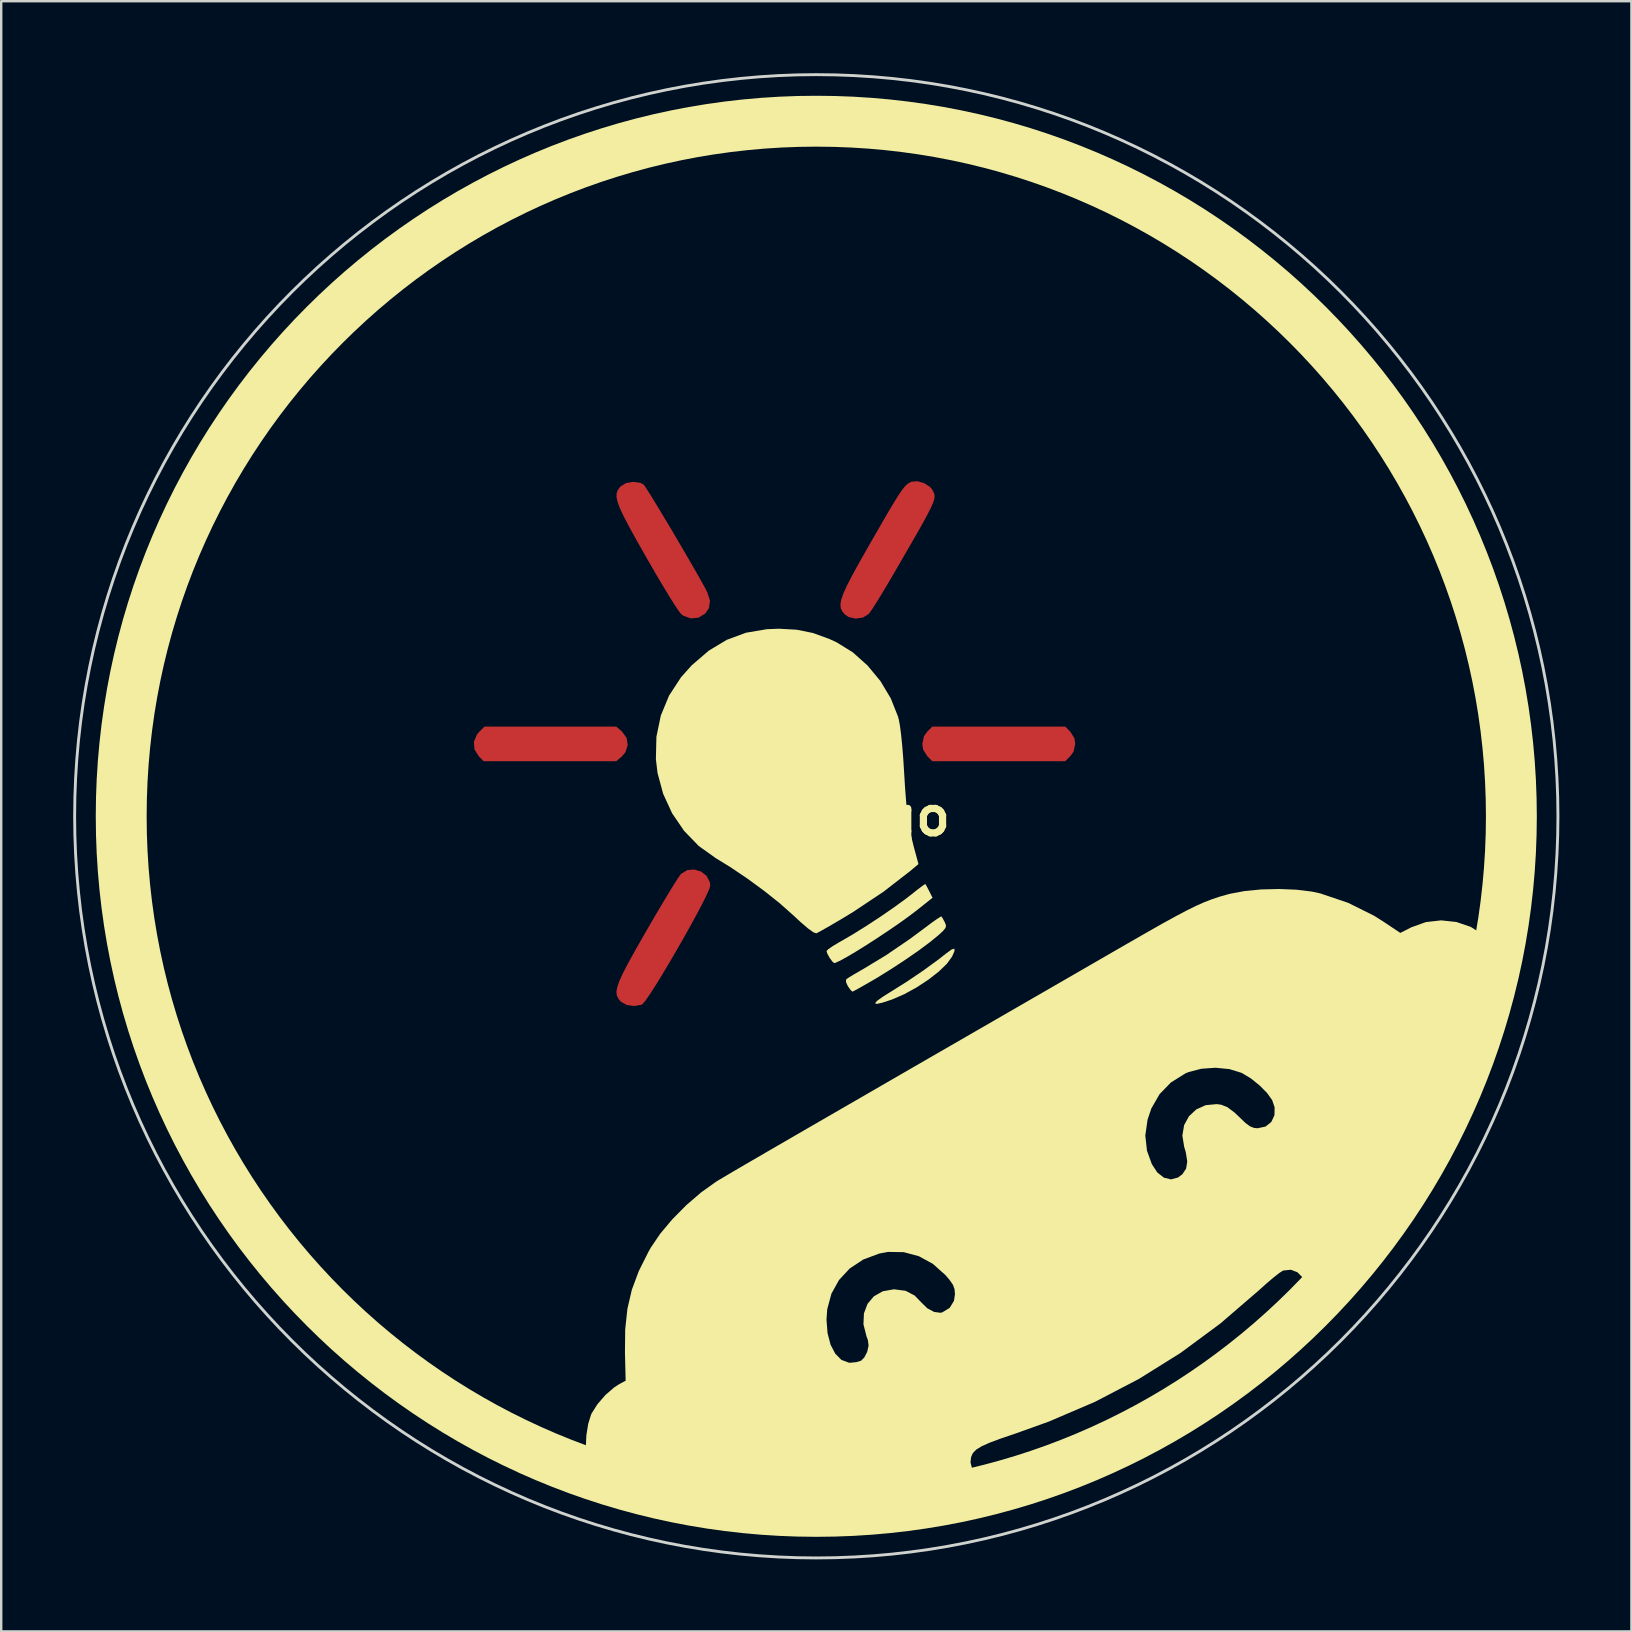
<source format=kicad_pcb>
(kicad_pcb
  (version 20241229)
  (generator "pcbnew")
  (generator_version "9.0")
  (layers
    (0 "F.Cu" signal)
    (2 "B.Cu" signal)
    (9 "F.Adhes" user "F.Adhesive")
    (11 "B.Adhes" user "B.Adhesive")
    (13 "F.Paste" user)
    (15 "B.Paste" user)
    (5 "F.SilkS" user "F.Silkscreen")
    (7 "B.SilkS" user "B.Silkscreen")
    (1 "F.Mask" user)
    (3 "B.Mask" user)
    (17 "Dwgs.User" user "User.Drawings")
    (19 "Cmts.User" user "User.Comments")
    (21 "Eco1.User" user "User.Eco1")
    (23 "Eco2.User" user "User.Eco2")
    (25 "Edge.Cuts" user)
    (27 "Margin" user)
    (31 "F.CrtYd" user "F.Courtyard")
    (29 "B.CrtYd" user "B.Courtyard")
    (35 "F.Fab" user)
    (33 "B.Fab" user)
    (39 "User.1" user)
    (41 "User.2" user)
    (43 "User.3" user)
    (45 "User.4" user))
  (footprint "RSA-logo"
    (layer "F.Cu")
    (at 30.96 30.96)
    (property "Reference" "RSA-logo" (at 0 0 0) (layer "F.SilkS") (effects (font (size 1.524 1.524) (thickness 0.3))))
    (attr board_only exclude_from_pos_files exclude_from_bom)
    (fp_poly (pts (xy -8.1 -3.536) (xy -7.905 -3.27) (xy -7.856 -2.965) (xy -7.953 -2.667) (xy -8.1 -2.495) (xy -8.335 -2.294) (xy -13.855 -2.294) (xy -14.063 -2.502) (xy -14.241 -2.786) (xy -14.266 -3.101) (xy -14.139 -3.406) (xy -14.048 -3.514) (xy -13.824 -3.738) (xy -8.335 -3.738)) (stroke (width 0) (type solid)) (fill yes) (layer "F.Cu"))
    (fp_poly (pts (xy 10.58 -3.529) (xy 10.754 -3.254) (xy 10.789 -3.016) (xy 10.719 -2.692) (xy 10.58 -2.502) (xy 10.372 -2.294) (xy 4.834 -2.294) (xy 4.626 -2.502) (xy 4.452 -2.778) (xy 4.417 -3.016) (xy 4.487 -3.34) (xy 4.626 -3.529) (xy 4.834 -3.738) (xy 10.372 -3.738)) (stroke (width 0) (type solid)) (fill yes) (layer "F.Cu"))
    (fp_poly (pts (xy -7.338 -13.896) (xy -7.199 -13.826) (xy -7.129 -13.733) (xy -6.988 -13.516) (xy -6.789 -13.195) (xy -6.545 -12.793) (xy -6.268 -12.333) (xy -5.972 -11.836) (xy -5.671 -11.324) (xy -5.377 -10.82) (xy -5.103 -10.346) (xy -4.862 -9.924) (xy -4.668 -9.575) (xy -4.549 -9.353) (xy -4.429 -8.988) (xy -4.472 -8.671) (xy -4.626 -8.449) (xy -4.908 -8.275) (xy -5.231 -8.245) (xy -5.541 -8.357) (xy -5.637 -8.431) (xy -5.732 -8.553) (xy -5.898 -8.802) (xy -6.121 -9.158) (xy -6.39 -9.601) (xy -6.691 -10.109) (xy -7.012 -10.664) (xy -7.086 -10.794) (xy -7.475 -11.479) (xy -7.782 -12.035) (xy -8.015 -12.478) (xy -8.179 -12.826) (xy -8.28 -13.095) (xy -8.324 -13.301) (xy -8.318 -13.463) (xy -8.268 -13.596) (xy -8.178 -13.717) (xy -8.152 -13.746) (xy -7.926 -13.882) (xy -7.628 -13.934)) (stroke (width 0) (type solid)) (fill yes) (layer "F.Cu"))
    (fp_poly (pts (xy -4.798 2.304) (xy -4.567 2.487) (xy -4.434 2.747) (xy -4.417 2.888) (xy -4.459 3.032) (xy -4.577 3.296) (xy -4.757 3.658) (xy -4.988 4.096) (xy -5.257 4.588) (xy -5.551 5.112) (xy -5.857 5.646) (xy -6.163 6.168) (xy -6.456 6.657) (xy -6.724 7.09) (xy -6.954 7.445) (xy -7.133 7.701) (xy -7.25 7.835) (xy -7.27 7.849) (xy -7.581 7.905) (xy -7.894 7.862) (xy -8.135 7.731) (xy -8.152 7.714) (xy -8.249 7.594) (xy -8.31 7.466) (xy -8.327 7.314) (xy -8.295 7.121) (xy -8.208 6.87) (xy -8.06 6.545) (xy -7.844 6.129) (xy -7.554 5.604) (xy -7.184 4.955) (xy -7.075 4.764) (xy -6.749 4.203) (xy -6.442 3.683) (xy -6.166 3.223) (xy -5.934 2.845) (xy -5.757 2.569) (xy -5.649 2.416) (xy -5.634 2.4) (xy -5.376 2.243) (xy -5.082 2.217)) (stroke (width 0) (type solid)) (fill yes) (layer "F.Cu"))
    (fp_poly (pts (xy 4.501 -13.876) (xy 4.74 -13.723) (xy 4.835 -13.605) (xy 4.884 -13.512) (xy 4.918 -13.426) (xy 4.93 -13.331) (xy 4.915 -13.213) (xy 4.864 -13.057) (xy 4.772 -12.848) (xy 4.632 -12.572) (xy 4.437 -12.214) (xy 4.18 -11.759) (xy 3.854 -11.193) (xy 3.454 -10.501) (xy 3.251 -10.152) (xy 2.974 -9.679) (xy 2.715 -9.247) (xy 2.489 -8.881) (xy 2.312 -8.606) (xy 2.201 -8.448) (xy 2.187 -8.431) (xy 1.942 -8.28) (xy 1.638 -8.237) (xy 1.343 -8.304) (xy 1.189 -8.41) (xy 1.086 -8.531) (xy 1.023 -8.662) (xy 1.005 -8.821) (xy 1.038 -9.023) (xy 1.129 -9.286) (xy 1.283 -9.625) (xy 1.507 -10.057) (xy 1.805 -10.599) (xy 2.185 -11.267) (xy 2.256 -11.392) (xy 2.638 -12.056) (xy 2.947 -12.589) (xy 3.193 -13.004) (xy 3.388 -13.32) (xy 3.54 -13.549) (xy 3.662 -13.71) (xy 3.763 -13.816) (xy 3.855 -13.884) (xy 3.947 -13.93) (xy 3.975 -13.941) (xy 4.221 -13.959)) (stroke (width 0) (type solid)) (fill yes) (layer "F.Cu"))
    (fp_circle (center 0 0) (end 28.96 0) (stroke (width 2.12) (type solid)) (fill no) (layer "F.SilkS"))
    (fp_poly (pts (xy 5.759 5.612) (xy 5.66 5.84) (xy 5.656 5.849) (xy 5.442 6.143) (xy 5.103 6.47) (xy 4.672 6.806) (xy 4.183 7.128) (xy 3.672 7.409) (xy 3.171 7.627) (xy 3.116 7.647) (xy 2.741 7.769) (xy 2.518 7.816) (xy 2.448 7.79) (xy 2.531 7.691) (xy 2.767 7.521) (xy 3.056 7.34) (xy 3.762 6.897) (xy 4.456 6.428) (xy 5.084 5.971) (xy 5.416 5.71) (xy 5.639 5.548) (xy 5.753 5.514)) (stroke (width 0) (type solid)) (fill yes) (layer "F.SilkS"))
    (fp_poly (pts (xy 4.594 2.906) (xy 4.686 3.082) (xy 4.705 3.12) (xy 4.844 3.394) (xy 4.203 3.904) (xy 3.865 4.161) (xy 3.46 4.452) (xy 3.012 4.76) (xy 2.546 5.07) (xy 2.087 5.366) (xy 1.657 5.634) (xy 1.282 5.856) (xy 0.986 6.019) (xy 0.793 6.106) (xy 0.745 6.116) (xy 0.671 6.053) (xy 0.562 5.907) (xy 0.463 5.73) (xy 0.425 5.617) (xy 0.494 5.542) (xy 0.679 5.413) (xy 0.944 5.253) (xy 1.041 5.199) (xy 1.532 4.913) (xy 2.098 4.56) (xy 2.688 4.173) (xy 3.255 3.782) (xy 3.749 3.422) (xy 3.984 3.239) (xy 4.236 3.04) (xy 4.43 2.894) (xy 4.537 2.825) (xy 4.547 2.823)) (stroke (width 0) (type solid)) (fill yes) (layer "F.SilkS"))
    (fp_poly (pts (xy 5.272 4.264) (xy 5.353 4.414) (xy 5.404 4.54) (xy 5.386 4.647) (xy 5.279 4.779) (xy 5.088 4.955) (xy 4.736 5.243) (xy 4.272 5.588) (xy 3.731 5.963) (xy 3.152 6.344) (xy 2.57 6.706) (xy 2.366 6.826) (xy 2.034 7.018) (xy 1.759 7.174) (xy 1.572 7.275) (xy 1.505 7.306) (xy 1.435 7.243) (xy 1.322 7.09) (xy 1.319 7.084) (xy 1.238 6.91) (xy 1.243 6.796) (xy 1.245 6.793) (xy 1.348 6.722) (xy 1.56 6.592) (xy 1.843 6.428) (xy 1.954 6.365) (xy 2.911 5.785) (xy 3.904 5.108) (xy 4.526 4.646) (xy 4.808 4.434) (xy 5.037 4.273) (xy 5.181 4.182) (xy 5.215 4.172)) (stroke (width 0) (type solid)) (fill yes) (layer "F.SilkS"))
    (fp_poly (pts (xy -0.814 -7.773) (xy -0.137 -7.636) (xy 0.545 -7.388) (xy 0.846 -7.249) (xy 1.517 -6.834) (xy 2.134 -6.284) (xy 2.673 -5.633) (xy 3.104 -4.912) (xy 3.404 -4.156) (xy 3.436 -4.038) (xy 3.483 -3.792) (xy 3.532 -3.414) (xy 3.58 -2.944) (xy 3.622 -2.419) (xy 3.651 -1.964) (xy 3.697 -1.209) (xy 3.745 -0.59) (xy 3.8 -0.071) (xy 3.866 0.383) (xy 3.949 0.806) (xy 4.052 1.232) (xy 4.085 1.356) (xy 4.257 1.99) (xy 3.9 2.291) (xy 2.793 3.148) (xy 1.543 3.981) (xy 1.189 4.197) (xy 0.802 4.426) (xy 0.46 4.625) (xy 0.192 4.776) (xy 0.029 4.863) (xy 0 4.875) (xy -0.118 4.835) (xy -0.338 4.678) (xy -0.65 4.412) (xy -0.976 4.11) (xy -1.52 3.627) (xy -2.17 3.109) (xy -2.879 2.59) (xy -3.598 2.106) (xy -4.189 1.744) (xy -4.898 1.237) (xy -5.509 0.606) (xy -6.008 -0.127) (xy -6.381 -0.938) (xy -6.614 -1.804) (xy -6.683 -2.379) (xy -6.661 -3.314) (xy -6.477 -4.199) (xy -6.134 -5.028) (xy -5.635 -5.793) (xy -5.191 -6.29) (xy -4.478 -6.902) (xy -3.73 -7.352) (xy -2.93 -7.648) (xy -2.062 -7.795) (xy -1.556 -7.815)) (stroke (width 0) (type solid)) (fill yes) (layer "F.SilkS"))
    (fp_poly (pts (xy 19.996 3.058) (xy 20.642 3.136) (xy 20.998 3.213) (xy 22.165 3.608) (xy 23.232 4.139) (xy 23.631 4.39) (xy 24.332 4.859) (xy 24.798 4.623) (xy 25.398 4.408) (xy 26.034 4.336) (xy 26.669 4.404) (xy 27.266 4.607) (xy 27.789 4.941) (xy 27.805 4.955) (xy 28.128 5.233) (xy 27.91 6.206) (xy 27.343 8.35) (xy 26.625 10.418) (xy 25.755 12.414) (xy 24.731 14.338) (xy 23.553 16.192) (xy 22.22 17.977) (xy 20.73 19.696) (xy 20.64 19.793) (xy 20.433 20.006) (xy 20.297 20.13) (xy 20.248 20.151) (xy 20.268 20.107) (xy 20.385 19.789) (xy 20.371 19.476) (xy 20.249 19.201) (xy 20.043 18.996) (xy 19.774 18.893) (xy 19.465 18.924) (xy 19.438 18.934) (xy 19.303 19.019) (xy 19.075 19.196) (xy 18.785 19.441) (xy 18.465 19.727) (xy 18.434 19.756) (xy 16.836 21.132) (xy 15.176 22.359) (xy 13.439 23.443) (xy 11.613 24.395) (xy 9.681 25.222) (xy 8.268 25.728) (xy 7.67 25.931) (xy 7.215 26.101) (xy 6.886 26.249) (xy 6.662 26.388) (xy 6.524 26.531) (xy 6.452 26.69) (xy 6.429 26.878) (xy 6.428 26.931) (xy 6.506 27.229) (xy 6.723 27.461) (xy 7.053 27.598) (xy 7.062 27.6) (xy 7.16 27.628) (xy 7.168 27.66) (xy 7.069 27.703) (xy 6.846 27.763) (xy 6.48 27.848) (xy 6.286 27.89) (xy 5.505 28.056) (xy 4.809 28.188) (xy 4.163 28.291) (xy 3.531 28.369) (xy 2.875 28.426) (xy 2.159 28.464) (xy 1.348 28.489) (xy 0.404 28.504) (xy 0.382 28.504) (xy -0.298 28.508) (xy -0.958 28.507) (xy -1.568 28.501) (xy -2.099 28.491) (xy -2.524 28.476) (xy -2.812 28.459) (xy -2.846 28.455) (xy -5.126 28.119) (xy -7.369 27.618) (xy -8.603 27.267) (xy -8.998 27.144) (xy -9.26 27.052) (xy -9.419 26.974) (xy -9.504 26.893) (xy -9.547 26.791) (xy -9.565 26.703) (xy -9.602 26.274) (xy -9.579 25.788) (xy -9.503 25.314) (xy -9.382 24.925) (xy -9.361 24.88) (xy -9.118 24.494) (xy -8.785 24.111) (xy -8.418 23.793) (xy -8.212 23.66) (xy -7.943 23.515) (xy -7.972 22.336) (xy -7.961 21.373) (xy -7.918 20.974) (xy 0.425 20.974) (xy 0.469 21.536) (xy 0.595 22.016) (xy 0.792 22.393) (xy 1.047 22.649) (xy 1.351 22.763) (xy 1.423 22.767) (xy 1.672 22.742) (xy 1.867 22.683) (xy 1.868 22.682) (xy 1.999 22.548) (xy 2.113 22.331) (xy 2.125 22.296) (xy 2.179 22.053) (xy 2.15 21.827) (xy 2.089 21.657) (xy 1.965 21.165) (xy 1.985 20.71) (xy 2.135 20.313) (xy 2.401 19.999) (xy 2.77 19.79) (xy 3.227 19.709) (xy 3.254 19.709) (xy 3.72 19.77) (xy 4.098 19.967) (xy 4.376 20.254) (xy 4.623 20.497) (xy 4.906 20.649) (xy 5.172 20.686) (xy 5.248 20.669) (xy 5.558 20.481) (xy 5.736 20.189) (xy 5.777 19.915) (xy 5.76 19.701) (xy 5.692 19.516) (xy 5.546 19.308) (xy 5.375 19.11) (xy 4.856 18.647) (xy 4.271 18.328) (xy 3.642 18.16) (xy 2.992 18.15) (xy 2.623 18.218) (xy 1.955 18.468) (xy 1.393 18.84) (xy 0.947 19.32) (xy 0.63 19.891) (xy 0.456 20.537) (xy 0.425 20.974) (xy -7.918 20.974) (xy -7.869 20.518) (xy -7.685 19.726) (xy -7.396 18.95) (xy -6.993 18.145) (xy -6.892 17.967) (xy -6.504 17.393) (xy -6 16.793) (xy -5.42 16.206) (xy -4.802 15.673) (xy -4.188 15.234) (xy -4.12 15.191) (xy -4.012 15.126) (xy -3.871 15.042) (xy -3.692 14.936) (xy -3.469 14.804) (xy -3.195 14.644) (xy -2.867 14.453) (xy -2.477 14.226) (xy -2.021 13.961) (xy -1.492 13.654) (xy -0.886 13.303) (xy 13.708 13.303) (xy 13.778 13.934) (xy 13.98 14.492) (xy 14.209 14.842) (xy 14.484 15.057) (xy 14.781 15.128) (xy 15.075 15.048) (xy 15.252 14.913) (xy 15.409 14.68) (xy 15.456 14.386) (xy 15.396 14.001) (xy 15.327 13.768) (xy 15.252 13.3) (xy 15.325 12.869) (xy 15.526 12.499) (xy 15.832 12.213) (xy 16.223 12.036) (xy 16.678 11.992) (xy 16.867 12.016) (xy 17.127 12.119) (xy 17.43 12.346) (xy 17.628 12.535) (xy 17.884 12.78) (xy 18.075 12.921) (xy 18.243 12.985) (xy 18.392 12.997) (xy 18.72 12.926) (xy 18.958 12.735) (xy 19.089 12.456) (xy 19.096 12.124) (xy 18.993 11.825) (xy 18.781 11.527) (xy 18.466 11.21) (xy 18.102 10.918) (xy 17.741 10.701) (xy 17.712 10.687) (xy 17.21 10.533) (xy 16.633 10.477) (xy 16.046 10.518) (xy 15.513 10.656) (xy 15.376 10.714) (xy 14.777 11.088) (xy 14.304 11.575) (xy 13.96 12.171) (xy 13.801 12.644) (xy 13.708 13.303) (xy -0.886 13.303) (xy -0.885 13.302) (xy -0.195 12.903) (xy 0.585 12.452) (xy 1.46 11.946) (xy 2.436 11.382) (xy 3.517 10.757) (xy 4.711 10.067) (xy 6.023 9.31) (xy 7.457 8.482) (xy 9.021 7.579) (xy 10.719 6.599) (xy 12.557 5.537) (xy 12.997 5.284) (xy 13.776 4.836) (xy 14.429 4.466) (xy 14.976 4.165) (xy 15.436 3.922) (xy 15.828 3.729) (xy 16.174 3.576) (xy 16.492 3.453) (xy 16.802 3.35) (xy 17.124 3.259) (xy 17.245 3.227) (xy 17.847 3.114) (xy 18.543 3.047) (xy 19.278 3.029)) (stroke (width 0) (type solid)) (fill yes) (layer "F.SilkS"))
    (fp_circle (center 0 0) (end 30.9 0) (stroke (width 0.12) (type solid)) (fill no) (layer "Edge.Cuts")))
  (gr_rect
    (start -3 -3)
    (end 64.921 64.921)
    (stroke (width 0.1) (type default))
    (fill no)
    (layer "Edge.Cuts")))
</source>
